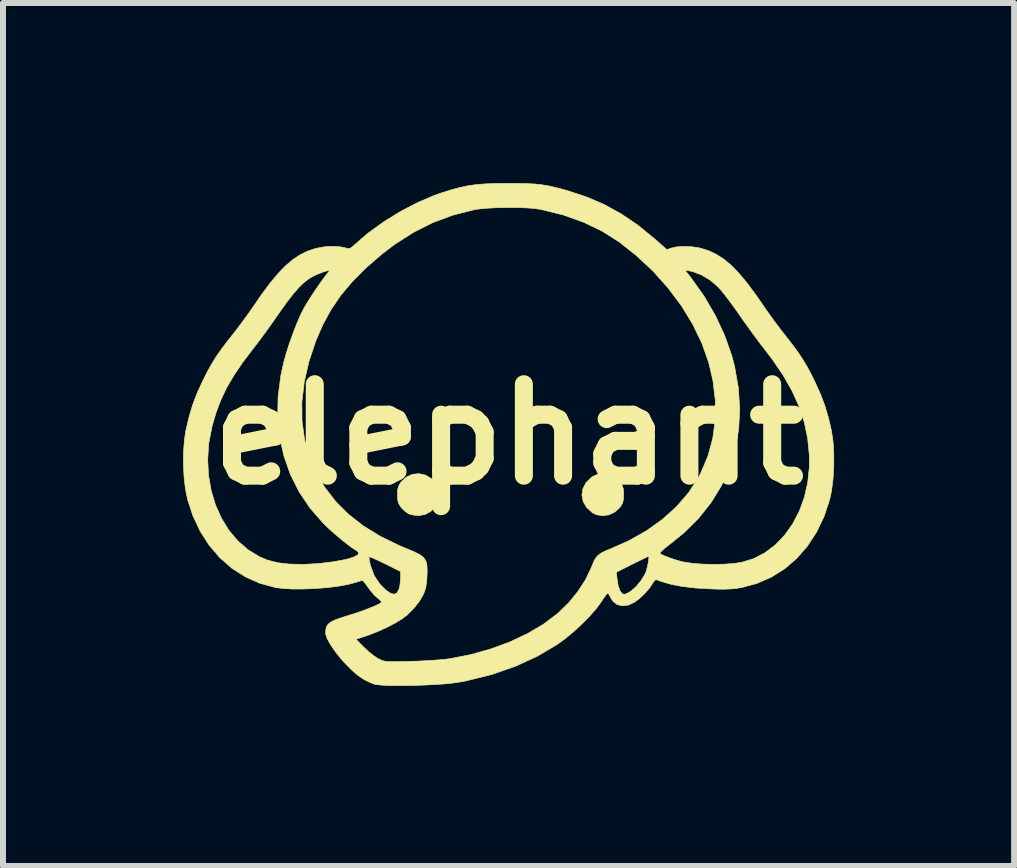
<source format=kicad_pcb>
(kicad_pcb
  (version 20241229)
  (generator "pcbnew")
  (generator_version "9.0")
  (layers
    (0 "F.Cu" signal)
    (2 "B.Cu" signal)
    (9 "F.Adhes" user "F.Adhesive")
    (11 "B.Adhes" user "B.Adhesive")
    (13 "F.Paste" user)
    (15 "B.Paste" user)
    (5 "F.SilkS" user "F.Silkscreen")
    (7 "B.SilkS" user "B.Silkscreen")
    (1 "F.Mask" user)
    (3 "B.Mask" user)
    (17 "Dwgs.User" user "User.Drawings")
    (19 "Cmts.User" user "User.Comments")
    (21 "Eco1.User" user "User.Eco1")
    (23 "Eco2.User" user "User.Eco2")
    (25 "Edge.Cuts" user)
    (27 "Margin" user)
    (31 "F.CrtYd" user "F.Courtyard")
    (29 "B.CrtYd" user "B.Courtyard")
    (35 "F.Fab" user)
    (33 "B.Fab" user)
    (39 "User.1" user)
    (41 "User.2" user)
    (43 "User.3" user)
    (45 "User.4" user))
  (footprint "elephant"
    (layer "F.Cu")
    (at 5.423 4.185)
    (property "Reference" "elephant" (at 0 0 0) (layer "F.SilkS") (effects (font (size 1.524 1.524) (thickness 0.3))))
    (attr through_hole)
    (fp_poly (pts (xy 1.705 0.682) (xy 1.801 0.739) (xy 1.855 0.795) (xy 1.89 0.849) (xy 1.909 0.902) (xy 1.915 0.971) (xy 1.916 1.005) (xy 1.912 1.086) (xy 1.899 1.143) (xy 1.87 1.194) (xy 1.855 1.216) (xy 1.773 1.293) (xy 1.673 1.34) (xy 1.566 1.357) (xy 1.461 1.339) (xy 1.397 1.307) (xy 1.301 1.22) (xy 1.242 1.12) (xy 1.221 1.013) (xy 1.237 0.905) (xy 1.291 0.803) (xy 1.382 0.714) (xy 1.397 0.704) (xy 1.493 0.662) (xy 1.599 0.656) (xy 1.705 0.682)) (stroke (width 0.01) (type solid)) (fill yes) (layer "F.SilkS"))
    (fp_poly (pts (xy -1.387 0.679) (xy -1.289 0.737) (xy -1.222 0.807) (xy -1.173 0.905) (xy -1.16 1.01) (xy -1.179 1.113) (xy -1.226 1.206) (xy -1.297 1.283) (xy -1.389 1.335) (xy -1.497 1.354) (xy -1.501 1.354) (xy -1.577 1.347) (xy -1.648 1.33) (xy -1.664 1.324) (xy -1.718 1.289) (xy -1.775 1.236) (xy -1.791 1.216) (xy -1.827 1.162) (xy -1.845 1.109) (xy -1.852 1.039) (xy -1.852 1.005) (xy -1.849 0.925) (xy -1.835 0.868) (xy -1.807 0.817) (xy -1.791 0.795) (xy -1.705 0.713) (xy -1.604 0.667) (xy -1.495 0.655) (xy -1.387 0.679)) (stroke (width 0.01) (type solid)) (fill yes) (layer "F.SilkS"))
    (fp_poly (pts (xy 0.161 -4.179) (xy 0.31 -4.176) (xy 0.435 -4.17) (xy 0.546 -4.158) (xy 0.651 -4.141) (xy 0.762 -4.117) (xy 0.885 -4.085) (xy 0.974 -4.061) (xy 1.296 -3.955) (xy 1.594 -3.827) (xy 1.877 -3.671) (xy 2.153 -3.484) (xy 2.429 -3.259) (xy 2.449 -3.242) (xy 2.636 -3.076) (xy 2.71 -3.103) (xy 2.798 -3.122) (xy 2.912 -3.13) (xy 3.036 -3.126) (xy 3.157 -3.11) (xy 3.204 -3.099) (xy 3.336 -3.057) (xy 3.461 -2.997) (xy 3.584 -2.919) (xy 3.706 -2.817) (xy 3.831 -2.689) (xy 3.963 -2.532) (xy 4.105 -2.343) (xy 4.261 -2.118) (xy 4.276 -2.095) (xy 4.343 -2) (xy 4.426 -1.885) (xy 4.515 -1.766) (xy 4.601 -1.657) (xy 4.605 -1.651) (xy 4.724 -1.499) (xy 4.821 -1.367) (xy 4.903 -1.244) (xy 4.977 -1.119) (xy 5.05 -0.982) (xy 5.101 -0.878) (xy 5.196 -0.668) (xy 5.271 -0.468) (xy 5.332 -0.26) (xy 5.378 -0.059) (xy 5.404 0.118) (xy 5.417 0.321) (xy 5.417 0.534) (xy 5.404 0.746) (xy 5.379 0.942) (xy 5.349 1.084) (xy 5.255 1.369) (xy 5.13 1.629) (xy 4.978 1.862) (xy 4.799 2.067) (xy 4.597 2.241) (xy 4.373 2.381) (xy 4.13 2.486) (xy 3.884 2.552) (xy 3.791 2.567) (xy 3.698 2.576) (xy 3.594 2.58) (xy 3.467 2.579) (xy 3.365 2.575) (xy 3.111 2.56) (xy 2.892 2.535) (xy 2.702 2.498) (xy 2.536 2.449) (xy 2.462 2.421) (xy 2.437 2.431) (xy 2.407 2.468) (xy 2.402 2.478) (xy 2.348 2.56) (xy 2.27 2.65) (xy 2.181 2.734) (xy 2.097 2.797) (xy 1.992 2.846) (xy 1.892 2.857) (xy 1.804 2.834) (xy 1.733 2.776) (xy 1.694 2.71) (xy 1.671 2.666) (xy 1.653 2.646) (xy 1.651 2.646) (xy 1.633 2.662) (xy 1.6 2.706) (xy 1.557 2.769) (xy 1.544 2.789) (xy 1.462 2.901) (xy 1.351 3.028) (xy 1.222 3.159) (xy 1.083 3.288) (xy 0.942 3.404) (xy 0.814 3.498) (xy 0.478 3.697) (xy 0.114 3.864) (xy -0.277 4) (xy -0.694 4.104) (xy -0.836 4.131) (xy -0.938 4.145) (xy -1.066 4.158) (xy -1.213 4.168) (xy -1.373 4.176) (xy -1.538 4.182) (xy -1.701 4.186) (xy -1.855 4.186) (xy -1.994 4.184) (xy -2.11 4.179) (xy -2.196 4.17) (xy -2.238 4.162) (xy -2.311 4.133) (xy -2.393 4.093) (xy -2.426 4.074) (xy -2.517 4.011) (xy -2.615 3.926) (xy -2.715 3.826) (xy -2.81 3.718) (xy -2.896 3.608) (xy -2.968 3.503) (xy -3.02 3.409) (xy -3.046 3.333) (xy -3.048 3.311) (xy -3.045 3.249) (xy -3.032 3.2) (xy -3.003 3.16) (xy -2.955 3.124) (xy -2.882 3.089) (xy -2.778 3.052) (xy -2.638 3.008) (xy -2.625 3.004) (xy -2.512 2.968) (xy -2.402 2.929) (xy -2.3 2.889) (xy -2.214 2.853) (xy -2.152 2.822) (xy -2.119 2.799) (xy -2.117 2.794) (xy -2.132 2.772) (xy -2.17 2.737) (xy -2.187 2.724) (xy -2.237 2.678) (xy -2.295 2.611) (xy -2.339 2.552) (xy -2.381 2.493) (xy -2.416 2.451) (xy -2.434 2.434) (xy -2.434 2.434) (xy -2.461 2.44) (xy -2.513 2.456) (xy -2.542 2.466) (xy -2.675 2.501) (xy -2.84 2.531) (xy -3.025 2.554) (xy -3.222 2.569) (xy -3.418 2.577) (xy -3.605 2.577) (xy -3.77 2.567) (xy -3.884 2.552) (xy -4.144 2.482) (xy -4.386 2.374) (xy -4.609 2.232) (xy -4.81 2.056) (xy -4.987 1.85) (xy -5.138 1.615) (xy -5.261 1.353) (xy -5.349 1.084) (xy -5.384 0.911) (xy -5.407 0.712) (xy -5.418 0.499) (xy -5.417 0.423) (xy -5.013 0.423) (xy -4.999 0.685) (xy -4.955 0.938) (xy -4.883 1.177) (xy -4.783 1.399) (xy -4.659 1.6) (xy -4.51 1.777) (xy -4.339 1.925) (xy -4.147 2.041) (xy -4.015 2.096) (xy -3.849 2.139) (xy -3.649 2.162) (xy -3.42 2.167) (xy -3.166 2.153) (xy -2.942 2.126) (xy -2.787 2.1) (xy -2.663 2.072) (xy -2.646 2.066) (xy -2.324 2.066) (xy -2.316 2.12) (xy -2.3 2.191) (xy -2.239 2.356) (xy -2.14 2.501) (xy -2.049 2.592) (xy -1.97 2.647) (xy -1.907 2.664) (xy -1.86 2.642) (xy -1.827 2.582) (xy -1.811 2.516) (xy -1.802 2.433) (xy -1.8 2.397) (xy -1.799 2.286) (xy -2.055 2.158) (xy -2.15 2.112) (xy -2.23 2.075) (xy -2.29 2.05) (xy -2.321 2.04) (xy -2.323 2.041) (xy -2.324 2.066) (xy -2.646 2.066) (xy -2.572 2.041) (xy -2.515 2.01) (xy -2.496 1.979) (xy -2.516 1.95) (xy -2.527 1.943) (xy -2.595 1.899) (xy -2.685 1.832) (xy -2.788 1.751) (xy -2.894 1.661) (xy -2.995 1.571) (xy -3.081 1.488) (xy -3.086 1.483) (xy -3.306 1.232) (xy -3.489 0.96) (xy -3.635 0.67) (xy -3.743 0.363) (xy -3.814 0.043) (xy -3.846 -0.29) (xy -3.842 -0.54) (xy -3.444 -0.54) (xy -3.442 -0.222) (xy -3.4 0.084) (xy -3.319 0.376) (xy -3.213 0.624) (xy -3.063 0.883) (xy -2.881 1.119) (xy -2.667 1.333) (xy -2.42 1.526) (xy -2.136 1.7) (xy -1.816 1.856) (xy -1.693 1.907) (xy -1.568 1.959) (xy -1.477 2.006) (xy -1.416 2.053) (xy -1.379 2.107) (xy -1.361 2.177) (xy -1.357 2.268) (xy -1.359 2.349) (xy -1.366 2.461) (xy -1.379 2.545) (xy -1.4 2.618) (xy -1.423 2.672) (xy -1.489 2.785) (xy -1.582 2.902) (xy -1.689 3.008) (xy -1.769 3.07) (xy -1.881 3.139) (xy -2.02 3.212) (xy -2.169 3.28) (xy -2.315 3.338) (xy -2.367 3.356) (xy -2.544 3.414) (xy -2.41 3.549) (xy -2.334 3.619) (xy -2.254 3.683) (xy -2.184 3.731) (xy -2.17 3.738) (xy -2.133 3.756) (xy -2.1 3.77) (xy -2.064 3.779) (xy -2.018 3.785) (xy -1.955 3.787) (xy -1.869 3.787) (xy -1.753 3.785) (xy -1.63 3.782) (xy -1.48 3.777) (xy -1.328 3.769) (xy -1.185 3.759) (xy -1.062 3.748) (xy -0.974 3.737) (xy -0.628 3.669) (xy -0.295 3.575) (xy 0.022 3.458) (xy 0.315 3.32) (xy 0.581 3.163) (xy 0.812 2.989) (xy 0.836 2.968) (xy 1.006 2.801) (xy 1.157 2.614) (xy 1.283 2.419) (xy 1.341 2.297) (xy 1.795 2.297) (xy 1.808 2.419) (xy 1.825 2.523) (xy 1.854 2.604) (xy 1.89 2.653) (xy 1.924 2.667) (xy 1.963 2.655) (xy 2.018 2.625) (xy 2.048 2.605) (xy 2.13 2.53) (xy 2.209 2.433) (xy 2.271 2.331) (xy 2.288 2.293) (xy 2.303 2.242) (xy 2.318 2.178) (xy 2.33 2.114) (xy 2.336 2.061) (xy 2.335 2.034) (xy 2.333 2.032) (xy 2.311 2.041) (xy 2.259 2.066) (xy 2.183 2.103) (xy 2.091 2.148) (xy 2.059 2.164) (xy 1.795 2.297) (xy 1.341 2.297) (xy 1.376 2.224) (xy 1.388 2.194) (xy 1.426 2.102) (xy 1.469 2.036) (xy 1.528 1.986) (xy 1.542 1.979) (xy 2.519 1.979) (xy 2.538 1.996) (xy 2.587 2.021) (xy 2.659 2.049) (xy 2.742 2.079) (xy 2.826 2.105) (xy 2.904 2.125) (xy 2.918 2.128) (xy 3.06 2.149) (xy 3.226 2.162) (xy 3.405 2.167) (xy 3.581 2.164) (xy 3.743 2.153) (xy 3.873 2.135) (xy 4.079 2.073) (xy 4.269 1.974) (xy 4.443 1.842) (xy 4.598 1.68) (xy 4.732 1.492) (xy 4.842 1.28) (xy 4.927 1.049) (xy 4.983 0.802) (xy 5.01 0.542) (xy 5.009 0.349) (xy 4.982 0.073) (xy 4.927 -0.194) (xy 4.842 -0.455) (xy 4.725 -0.716) (xy 4.575 -0.981) (xy 4.388 -1.255) (xy 4.255 -1.429) (xy 4.179 -1.527) (xy 4.089 -1.648) (xy 3.992 -1.782) (xy 3.897 -1.914) (xy 3.841 -1.996) (xy 3.759 -2.112) (xy 3.676 -2.225) (xy 3.597 -2.328) (xy 3.529 -2.411) (xy 3.486 -2.459) (xy 3.356 -2.57) (xy 3.211 -2.656) (xy 3.063 -2.712) (xy 3.019 -2.721) (xy 2.937 -2.736) (xy 3.043 -2.601) (xy 3.259 -2.297) (xy 3.445 -1.977) (xy 3.598 -1.648) (xy 3.716 -1.315) (xy 3.764 -1.132) (xy 3.827 -0.773) (xy 3.85 -0.422) (xy 3.832 -0.083) (xy 3.775 0.245) (xy 3.679 0.558) (xy 3.545 0.857) (xy 3.372 1.138) (xy 3.163 1.401) (xy 2.916 1.645) (xy 2.715 1.808) (xy 2.637 1.868) (xy 2.574 1.92) (xy 2.533 1.96) (xy 2.519 1.979) (xy 1.542 1.979) (xy 1.611 1.943) (xy 1.676 1.917) (xy 2 1.774) (xy 2.296 1.607) (xy 2.562 1.417) (xy 2.795 1.207) (xy 2.993 0.978) (xy 3.155 0.733) (xy 3.198 0.651) (xy 3.32 0.364) (xy 3.401 0.065) (xy 3.442 -0.246) (xy 3.443 -0.566) (xy 3.404 -0.893) (xy 3.332 -1.2) (xy 3.219 -1.518) (xy 3.067 -1.833) (xy 2.879 -2.141) (xy 2.657 -2.437) (xy 2.406 -2.718) (xy 2.127 -2.979) (xy 1.845 -3.202) (xy 1.564 -3.381) (xy 1.252 -3.531) (xy 0.913 -3.653) (xy 0.547 -3.744) (xy 0.519 -3.749) (xy 0.412 -3.764) (xy 0.275 -3.773) (xy 0.117 -3.778) (xy -0.051 -3.778) (xy -0.218 -3.774) (xy -0.373 -3.765) (xy -0.506 -3.752) (xy -0.579 -3.74) (xy -0.931 -3.65) (xy -1.265 -3.526) (xy -1.586 -3.364) (xy -1.899 -3.164) (xy -2.117 -2.997) (xy -2.379 -2.77) (xy -2.604 -2.544) (xy -2.796 -2.315) (xy -2.959 -2.076) (xy -3.097 -1.822) (xy -3.209 -1.564) (xy -3.327 -1.212) (xy -3.405 -0.87) (xy -3.444 -0.54) (xy -3.842 -0.54) (xy -3.84 -0.632) (xy -3.794 -0.983) (xy -3.747 -1.196) (xy -3.703 -1.353) (xy -3.649 -1.523) (xy -3.587 -1.694) (xy -3.524 -1.856) (xy -3.462 -1.998) (xy -3.414 -2.093) (xy -3.358 -2.188) (xy -3.286 -2.303) (xy -3.204 -2.425) (xy -3.124 -2.541) (xy -3.053 -2.638) (xy -3.033 -2.663) (xy -2.977 -2.733) (xy -3.039 -2.719) (xy -3.091 -2.703) (xy -3.164 -2.675) (xy -3.231 -2.646) (xy -3.315 -2.6) (xy -3.399 -2.538) (xy -3.487 -2.455) (xy -3.581 -2.348) (xy -3.687 -2.212) (xy -3.808 -2.044) (xy -3.841 -1.996) (xy -3.929 -1.87) (xy -4.025 -1.735) (xy -4.121 -1.605) (xy -4.207 -1.49) (xy -4.255 -1.429) (xy -4.431 -1.197) (xy -4.576 -0.983) (xy -4.696 -0.778) (xy -4.793 -0.574) (xy -4.873 -0.364) (xy -4.939 -0.139) (xy -4.944 -0.116) (xy -4.996 0.154) (xy -5.013 0.423) (xy -5.417 0.423) (xy -5.416 0.286) (xy -5.4 0.087) (xy -5.378 -0.059) (xy -5.324 -0.289) (xy -5.262 -0.496) (xy -5.185 -0.696) (xy -5.101 -0.878) (xy -5.025 -1.031) (xy -4.952 -1.163) (xy -4.877 -1.286) (xy -4.79 -1.41) (xy -4.687 -1.548) (xy -4.605 -1.651) (xy -4.52 -1.76) (xy -4.431 -1.879) (xy -4.347 -1.994) (xy -4.279 -2.091) (xy -4.276 -2.095) (xy -4.119 -2.323) (xy -3.976 -2.516) (xy -3.843 -2.676) (xy -3.717 -2.806) (xy -3.595 -2.91) (xy -3.473 -2.991) (xy -3.348 -3.052) (xy -3.216 -3.096) (xy -3.204 -3.099) (xy -3.072 -3.123) (xy -2.935 -3.132) (xy -2.807 -3.124) (xy -2.727 -3.108) (xy -2.676 -3.095) (xy -2.641 -3.098) (xy -2.604 -3.122) (xy -2.566 -3.158) (xy -2.342 -3.351) (xy -2.086 -3.536) (xy -1.811 -3.707) (xy -1.526 -3.856) (xy -1.243 -3.978) (xy -1.125 -4.02) (xy -0.965 -4.07) (xy -0.823 -4.109) (xy -0.69 -4.138) (xy -0.555 -4.158) (xy -0.408 -4.171) (xy -0.24 -4.178) (xy -0.04 -4.18) (xy -0.021 -4.18) (xy 0.161 -4.179)) (stroke (width 0.01) (type solid)) (fill yes) (layer "F.SilkS")))
  (gr_rect
    (start -3 -3)
    (end 13.844 11.376)
    (stroke (width 0.1) (type default))
    (fill no)
    (layer "Edge.Cuts")))
</source>
